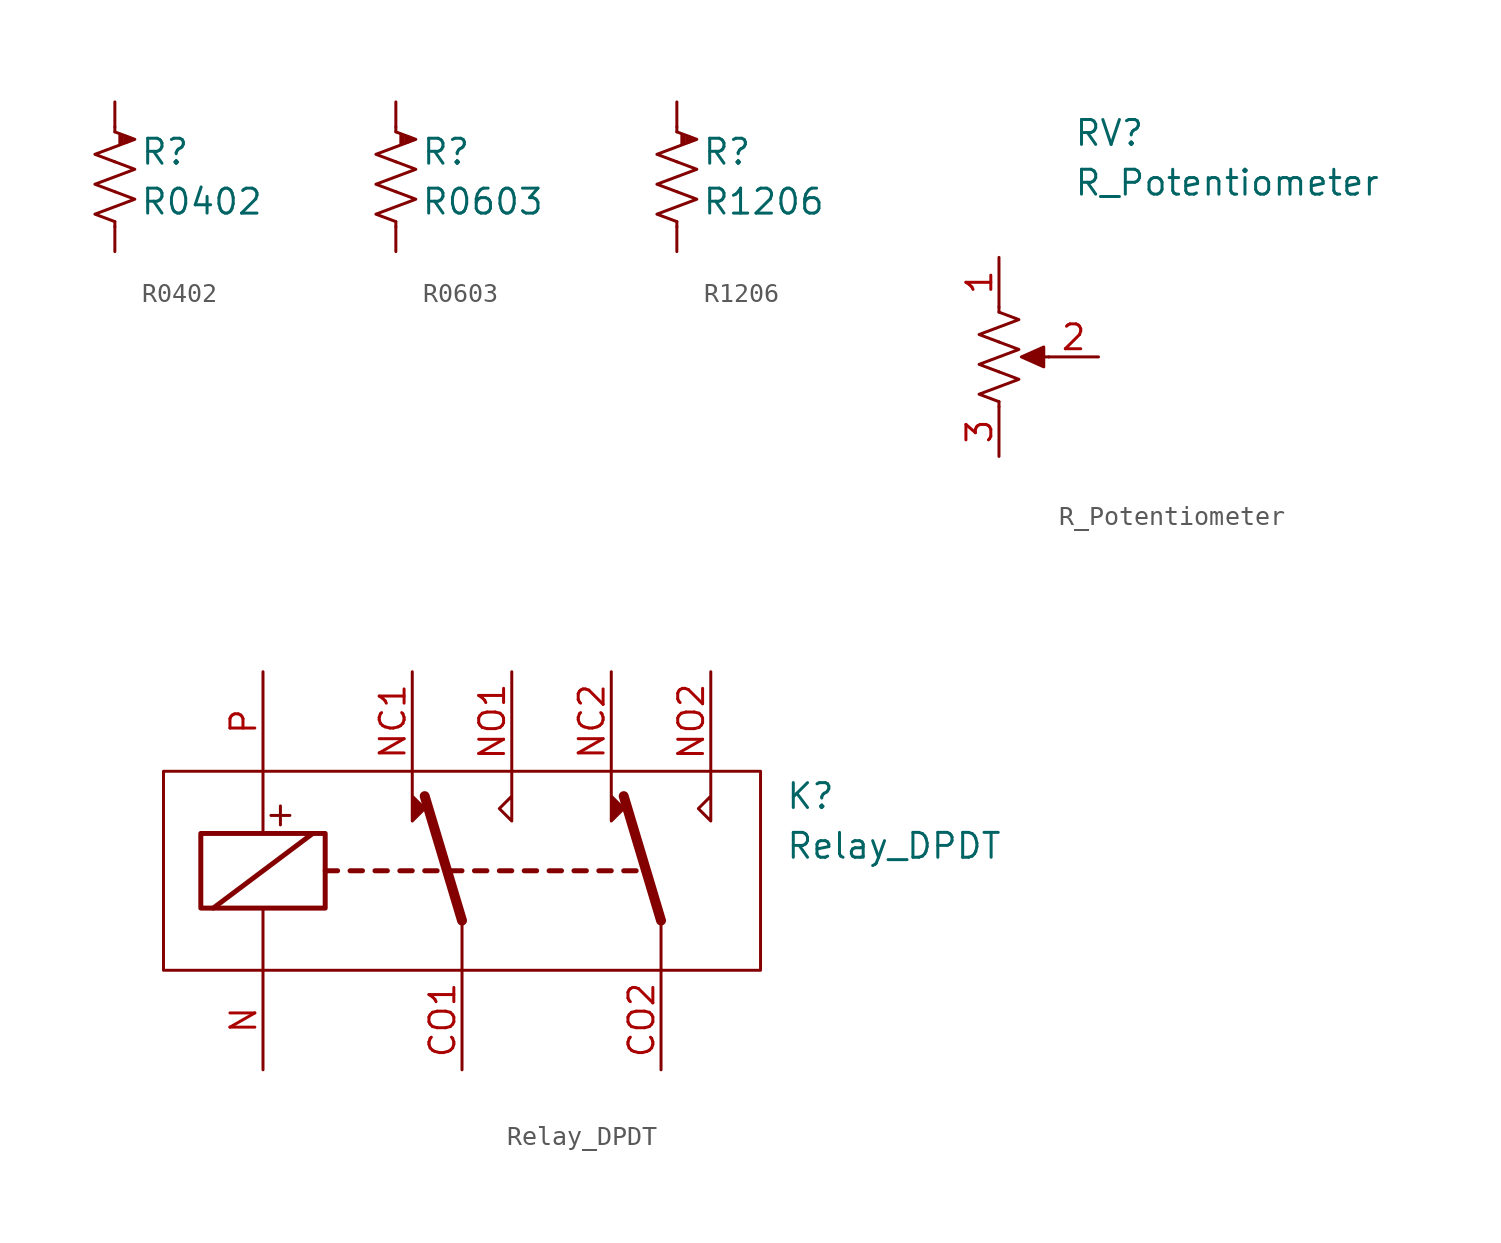
<source format=kicad_sym>
(kicad_symbol_lib
  (version 20211014)
  (generator kicad_symbol_editor)
  (symbol "R0402"
    (pin_numbers hide)
    (pin_names
      (offset 0))
    (property "Reference" "R"
      (at 1.27 2.54 0)
      (effects (font (size 1.27 1.27)) (justify left)))
    (property "Value" "R0402"
      (at 1.27 0 0)
      (effects (font (size 1.27 1.27)) (justify left)))
    (symbol "R0402_0_1"
      (polyline (pts (xy 0 -1.016) (xy 0 -1.27)) (stroke (width 0) (type default) (color 0 0 0 0)) (fill (type none)))
      (polyline (pts (xy 0 3.556) (xy 0 3.81)) (stroke (width 0) (type default) (color 0 0 0 0)) (fill (type none)))
      (polyline (pts (xy 0.254 3.429) (xy 0.254 2.921)) (stroke (width 0.152) (type default) (color 0 0 0 0)) (fill (type none)))
      (polyline (pts (xy 0.381 3.302) (xy 0.381 3.048)) (stroke (width 0.152) (type default) (color 0 0 0 0)) (fill (type none)))
      (polyline (pts (xy 0.508 3.302) (xy 0.508 3.048)) (stroke (width 0.152) (type default) (color 0 0 0 0)) (fill (type none)))
      (polyline (pts (xy 0.635 3.302) (xy 0.635 3.048)) (stroke (width 0.152) (type default) (color 0 0 0 0)) (fill (type none)))
      (polyline (pts (xy 0.889 3.175) (xy 0.635 3.175)) (stroke (width 0.152) (type default) (color 0 0 0 0)) (fill (type none)))
      (polyline (pts (xy 0 0.508) (xy 1.016 0.127) (xy 0 -0.254) (xy -1.016 -0.635) (xy 0 -1.016)) (stroke (width 0) (type default) (color 0 0 0 0)) (fill (type none)))
      (polyline (pts (xy 0 2.032) (xy 1.016 1.651) (xy 0 1.27) (xy -1.016 0.889) (xy 0 0.508)) (stroke (width 0) (type default) (color 0 0 0 0)) (fill (type none)))
      (polyline (pts (xy 0 3.556) (xy 1.016 3.175) (xy 0 2.794) (xy -1.016 2.413) (xy 0 2.032)) (stroke (width 0) (type default) (color 0 0 0 0)) (fill (type none))))
    (symbol "R0402_1_1"
      (pin passive line (at 0 5.08 270) (length 1.27) (name "~" (effects (font (size 1.27 1.27)))) (number "1" (effects (font (size 1.27 1.27)))))
      (pin passive line (at 0 -2.54 90) (length 1.27) (name "~" (effects (font (size 1.27 1.27)))) (number "2" (effects (font (size 1.27 1.27)))))))
  (symbol "R0603"
    (pin_numbers hide)
    (pin_names
      (offset 0))
    (property "Reference" "R"
      (at 1.27 2.54 0)
      (effects (font (size 1.27 1.27)) (justify left)))
    (property "Value" "R0603"
      (at 1.27 0 0)
      (effects (font (size 1.27 1.27)) (justify left)))
    (symbol "R0603_0_1"
      (polyline (pts (xy 0 -1.016) (xy 0 -1.27)) (stroke (width 0) (type default) (color 0 0 0 0)) (fill (type none)))
      (polyline (pts (xy 0 3.556) (xy 0 3.81)) (stroke (width 0) (type default) (color 0 0 0 0)) (fill (type none)))
      (polyline (pts (xy 0.254 3.429) (xy 0.254 2.921)) (stroke (width 0.152) (type default) (color 0 0 0 0)) (fill (type none)))
      (polyline (pts (xy 0.381 3.302) (xy 0.381 3.048)) (stroke (width 0.152) (type default) (color 0 0 0 0)) (fill (type none)))
      (polyline (pts (xy 0.508 3.302) (xy 0.508 3.048)) (stroke (width 0.152) (type default) (color 0 0 0 0)) (fill (type none)))
      (polyline (pts (xy 0.635 3.302) (xy 0.635 3.048)) (stroke (width 0.152) (type default) (color 0 0 0 0)) (fill (type none)))
      (polyline (pts (xy 0.889 3.175) (xy 0.635 3.175)) (stroke (width 0.152) (type default) (color 0 0 0 0)) (fill (type none)))
      (polyline (pts (xy 0 0.508) (xy 1.016 0.127) (xy 0 -0.254) (xy -1.016 -0.635) (xy 0 -1.016)) (stroke (width 0) (type default) (color 0 0 0 0)) (fill (type none)))
      (polyline (pts (xy 0 2.032) (xy 1.016 1.651) (xy 0 1.27) (xy -1.016 0.889) (xy 0 0.508)) (stroke (width 0) (type default) (color 0 0 0 0)) (fill (type none)))
      (polyline (pts (xy 0 3.556) (xy 1.016 3.175) (xy 0 2.794) (xy -1.016 2.413) (xy 0 2.032)) (stroke (width 0) (type default) (color 0 0 0 0)) (fill (type none))))
    (symbol "R0603_1_1"
      (pin passive line (at 0 5.08 270) (length 1.27) (name "~" (effects (font (size 1.27 1.27)))) (number "1" (effects (font (size 1.27 1.27)))))
      (pin passive line (at 0 -2.54 90) (length 1.27) (name "~" (effects (font (size 1.27 1.27)))) (number "2" (effects (font (size 1.27 1.27)))))))
  (symbol "R1206"
    (pin_numbers hide)
    (pin_names
      (offset 0))
    (property "Reference" "R"
      (at 1.27 2.54 0)
      (effects (font (size 1.27 1.27)) (justify left)))
    (property "Value" "R1206"
      (at 1.27 0 0)
      (effects (font (size 1.27 1.27)) (justify left)))
    (symbol "R1206_0_1"
      (polyline (pts (xy 0 -1.016) (xy 0 -1.27)) (stroke (width 0) (type default) (color 0 0 0 0)) (fill (type none)))
      (polyline (pts (xy 0 3.556) (xy 0 3.81)) (stroke (width 0) (type default) (color 0 0 0 0)) (fill (type none)))
      (polyline (pts (xy 0.254 3.429) (xy 0.254 2.921)) (stroke (width 0.152) (type default) (color 0 0 0 0)) (fill (type none)))
      (polyline (pts (xy 0.381 3.302) (xy 0.381 3.048)) (stroke (width 0.152) (type default) (color 0 0 0 0)) (fill (type none)))
      (polyline (pts (xy 0.508 3.302) (xy 0.508 3.048)) (stroke (width 0.152) (type default) (color 0 0 0 0)) (fill (type none)))
      (polyline (pts (xy 0.635 3.302) (xy 0.635 3.048)) (stroke (width 0.152) (type default) (color 0 0 0 0)) (fill (type none)))
      (polyline (pts (xy 0.889 3.175) (xy 0.635 3.175)) (stroke (width 0.152) (type default) (color 0 0 0 0)) (fill (type none)))
      (polyline (pts (xy 0 0.508) (xy 1.016 0.127) (xy 0 -0.254) (xy -1.016 -0.635) (xy 0 -1.016)) (stroke (width 0) (type default) (color 0 0 0 0)) (fill (type none)))
      (polyline (pts (xy 0 2.032) (xy 1.016 1.651) (xy 0 1.27) (xy -1.016 0.889) (xy 0 0.508)) (stroke (width 0) (type default) (color 0 0 0 0)) (fill (type none)))
      (polyline (pts (xy 0 3.556) (xy 1.016 3.175) (xy 0 2.794) (xy -1.016 2.413) (xy 0 2.032)) (stroke (width 0) (type default) (color 0 0 0 0)) (fill (type none))))
    (symbol "R1206_1_1"
      (pin passive line (at 0 5.08 270) (length 1.27) (name "~" (effects (font (size 1.27 1.27)))) (number "1" (effects (font (size 1.27 1.27)))))
      (pin passive line (at 0 -2.54 90) (length 1.27) (name "~" (effects (font (size 1.27 1.27)))) (number "2" (effects (font (size 1.27 1.27)))))))
  (symbol "R_Potentiometer"
    (pin_names
      (offset 1.016) hide)
    (property "Reference" "RV"
      (at 3.81 11.43 0)
      (effects (font (size 1.27 1.27)) (justify left)))
    (property "Value" "R_Potentiometer"
      (at 3.81 8.89 0)
      (effects (font (size 1.27 1.27)) (justify left)))
    (symbol "R_Potentiometer_0_1"
      (polyline (pts (xy 0 -2.286) (xy 0 -2.54)) (stroke (width 0) (type default) (color 0 0 0 0)) (fill (type none)))
      (polyline (pts (xy 0 2.54) (xy 0 2.286)) (stroke (width 0) (type default) (color 0 0 0 0)) (fill (type none)))
      (polyline (pts (xy 2.54 0) (xy 1.524 0)) (stroke (width 0) (type default) (color 0 0 0 0)) (fill (type none)))
      (polyline (pts (xy 1.143 0) (xy 2.286 0.508) (xy 2.286 -0.508) (xy 1.143 0)) (stroke (width 0) (type default) (color 0 0 0 0)) (fill (type outline)))
      (polyline (pts (xy 0 -0.762) (xy 1.016 -1.143) (xy 0 -1.524) (xy -1.016 -1.905) (xy 0 -2.286)) (stroke (width 0) (type default) (color 0 0 0 0)) (fill (type none)))
      (polyline (pts (xy 0 0.762) (xy 1.016 0.381) (xy 0 0) (xy -1.016 -0.381) (xy 0 -0.762)) (stroke (width 0) (type default) (color 0 0 0 0)) (fill (type none)))
      (polyline (pts (xy 0 2.286) (xy 1.016 1.905) (xy 0 1.524) (xy -1.016 1.143) (xy 0 0.762)) (stroke (width 0) (type default) (color 0 0 0 0)) (fill (type none))))
    (symbol "R_Potentiometer_1_1"
      (pin passive line (at 0 5.08 270) (length 2.54) (name "1" (effects (font (size 1.27 1.27)))) (number "1" (effects (font (size 1.27 1.27)))))
      (pin passive line (at 5.08 0 180) (length 2.54) (name "2" (effects (font (size 1.27 1.27)))) (number "2" (effects (font (size 1.27 1.27)))))
      (pin passive line (at 0 -5.08 90) (length 2.54) (name "3" (effects (font (size 1.27 1.27)))) (number "3" (effects (font (size 1.27 1.27)))))))
  (symbol "Relay_DPDT"
    (property "Reference" "K"
      (at 16.51 3.81 0)
      (effects (font (size 1.27 1.27)) (justify left)))
    (property "Value" "Relay_DPDT"
      (at 16.51 1.27 0)
      (effects (font (size 1.27 1.27)) (justify left)))
    (symbol "Relay_DPDT_0_0"
      (text "+" (at -9.271 2.921 0) (effects (font (size 1.27 1.27)))))
    (symbol "Relay_DPDT_0_1"
      (rectangle (start -15.24 5.08) (end 15.24 -5.08) (stroke (width 0.152) (type default) (color 0 0 0 0)) (fill (type none)))
      (rectangle (start -13.335 1.905) (end -6.985 -1.905) (stroke (width 0.254) (type default) (color 0 0 0 0)) (fill (type none)))
      (polyline (pts (xy -12.7 -1.905) (xy -7.62 1.905)) (stroke (width 0.254) (type default) (color 0 0 0 0)) (fill (type none)))
      (polyline (pts (xy -10.16 -5.08) (xy -10.16 -1.905)) (stroke (width 0) (type default) (color 0 0 0 0)) (fill (type none)))
      (polyline (pts (xy -10.16 5.08) (xy -10.16 1.905)) (stroke (width 0) (type default) (color 0 0 0 0)) (fill (type none)))
      (polyline (pts (xy -6.985 0) (xy -6.35 0)) (stroke (width 0.254) (type default) (color 0 0 0 0)) (fill (type none)))
      (polyline (pts (xy -5.715 0) (xy -5.08 0)) (stroke (width 0.254) (type default) (color 0 0 0 0)) (fill (type none)))
      (polyline (pts (xy -4.445 0) (xy -3.81 0)) (stroke (width 0.254) (type default) (color 0 0 0 0)) (fill (type none)))
      (polyline (pts (xy -3.175 0) (xy -2.54 0)) (stroke (width 0.254) (type default) (color 0 0 0 0)) (fill (type none)))
      (polyline (pts (xy -1.905 0) (xy -1.27 0)) (stroke (width 0.254) (type default) (color 0 0 0 0)) (fill (type none)))
      (polyline (pts (xy -0.635 0) (xy 0 0)) (stroke (width 0.254) (type default) (color 0 0 0 0)) (fill (type none)))
      (polyline (pts (xy 0 -2.54) (xy -1.905 3.81)) (stroke (width 0.508) (type default) (color 0 0 0 0)) (fill (type none)))
      (polyline (pts (xy 0 -2.54) (xy 0 -5.08)) (stroke (width 0) (type default) (color 0 0 0 0)) (fill (type none)))
      (polyline (pts (xy 0.635 0) (xy 1.27 0)) (stroke (width 0.254) (type default) (color 0 0 0 0)) (fill (type none)))
      (polyline (pts (xy 1.905 0) (xy 2.54 0)) (stroke (width 0.254) (type default) (color 0 0 0 0)) (fill (type none)))
      (polyline (pts (xy 3.175 0) (xy 3.81 0)) (stroke (width 0.254) (type default) (color 0 0 0 0)) (fill (type none)))
      (polyline (pts (xy 4.445 0) (xy 5.08 0)) (stroke (width 0.254) (type default) (color 0 0 0 0)) (fill (type none)))
      (polyline (pts (xy 5.715 0) (xy 6.35 0)) (stroke (width 0.254) (type default) (color 0 0 0 0)) (fill (type none)))
      (polyline (pts (xy 6.985 0) (xy 7.62 0)) (stroke (width 0.254) (type default) (color 0 0 0 0)) (fill (type none)))
      (polyline (pts (xy 8.255 0) (xy 8.89 0)) (stroke (width 0.254) (type default) (color 0 0 0 0)) (fill (type none)))
      (polyline (pts (xy 10.16 -2.54) (xy 8.255 3.81)) (stroke (width 0.508) (type default) (color 0 0 0 0)) (fill (type none)))
      (polyline (pts (xy 10.16 -2.54) (xy 10.16 -5.08)) (stroke (width 0) (type default) (color 0 0 0 0)) (fill (type none)))
      (polyline (pts (xy -2.54 5.08) (xy -2.54 2.54) (xy -1.905 3.175) (xy -2.54 3.81)) (stroke (width 0) (type default) (color 0 0 0 0)) (fill (type outline)))
      (polyline (pts (xy 2.54 5.08) (xy 2.54 2.54) (xy 1.905 3.175) (xy 2.54 3.81)) (stroke (width 0) (type default) (color 0 0 0 0)) (fill (type none)))
      (polyline (pts (xy 7.62 5.08) (xy 7.62 2.54) (xy 8.255 3.175) (xy 7.62 3.81)) (stroke (width 0) (type default) (color 0 0 0 0)) (fill (type outline)))
      (polyline (pts (xy 12.7 5.08) (xy 12.7 2.54) (xy 12.065 3.175) (xy 12.7 3.81)) (stroke (width 0) (type default) (color 0 0 0 0)) (fill (type none))))
    (symbol "Relay_DPDT_1_1"
      (pin passive line (at 0 -10.16 90) (length 5.08) (name "~" (effects (font (size 1.27 1.27)))) (number "CO1" (effects (font (size 1.27 1.27)))))
      (pin passive line (at 10.16 -10.16 90) (length 5.08) (name "~" (effects (font (size 1.27 1.27)))) (number "CO2" (effects (font (size 1.27 1.27)))))
      (pin passive line (at -10.16 -10.16 90) (length 5.08) (name "~" (effects (font (size 1.27 1.27)))) (number "N" (effects (font (size 1.27 1.27)))))
      (pin passive line (at -2.54 10.16 270) (length 5.08) (name "~" (effects (font (size 1.27 1.27)))) (number "NC1" (effects (font (size 1.27 1.27)))))
      (pin passive line (at 7.62 10.16 270) (length 5.08) (name "~" (effects (font (size 1.27 1.27)))) (number "NC2" (effects (font (size 1.27 1.27)))))
      (pin passive line (at 2.54 10.16 270) (length 5.08) (name "~" (effects (font (size 1.27 1.27)))) (number "NO1" (effects (font (size 1.27 1.27)))))
      (pin passive line (at 12.7 10.16 270) (length 5.08) (name "~" (effects (font (size 1.27 1.27)))) (number "NO2" (effects (font (size 1.27 1.27)))))
      (pin passive line (at -10.16 10.16 270) (length 5.08) (name "~" (effects (font (size 1.27 1.27)))) (number "P" (effects (font (size 1.27 1.27))))))))
</source>
